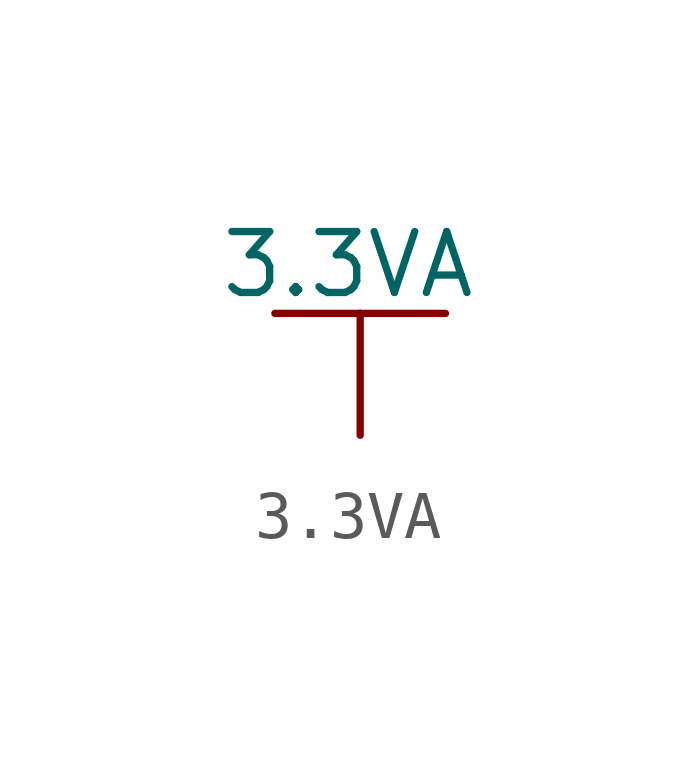
<source format=kicad_sym>
(kicad_symbol_lib
  (version 20231120)
  (generator "kicad_symbol_editor")
  (generator_version "8.0")
  (symbol "3.3VA"
    (power)
    (pin_numbers hide)
    (pin_names
      (offset 0) hide)
    (property "Reference" "#PWR"
      (at 0 -3.81 0)
      (effects (font (size 1.27 1.27)) (hide yes)))
    (property "Value" "3.3VA"
      (at -0.254 3.556 0)
      (effects (font (size 1.27 1.27))))
    (property "Footprint" ""
      (at 0 0 0)
      (effects (font (size 1.524 1.524))))
    (property "Datasheet" ""
      (at 0 0 0)
      (effects (font (size 1.524 1.524))))
    (symbol "3.3VA_0_1"
      (polyline (pts (xy -1.778 2.54) (xy 0 2.54)) (stroke (width 0) (type default)) (fill (type none)))
      (polyline (pts (xy 0 0) (xy 0 2.54)) (stroke (width 0) (type default)) (fill (type none)))
      (polyline (pts (xy 0 2.54) (xy 1.778 2.54)) (stroke (width 0) (type default)) (fill (type none))))
    (symbol "3.3VA_1_1"
      (pin power_in line (at 0 0 90) (length 0) hide (name "3.3VA" (effects (font (size 1.27 1.27)))) (number "1" (effects (font (size 1.27 1.27))))))))
</source>
